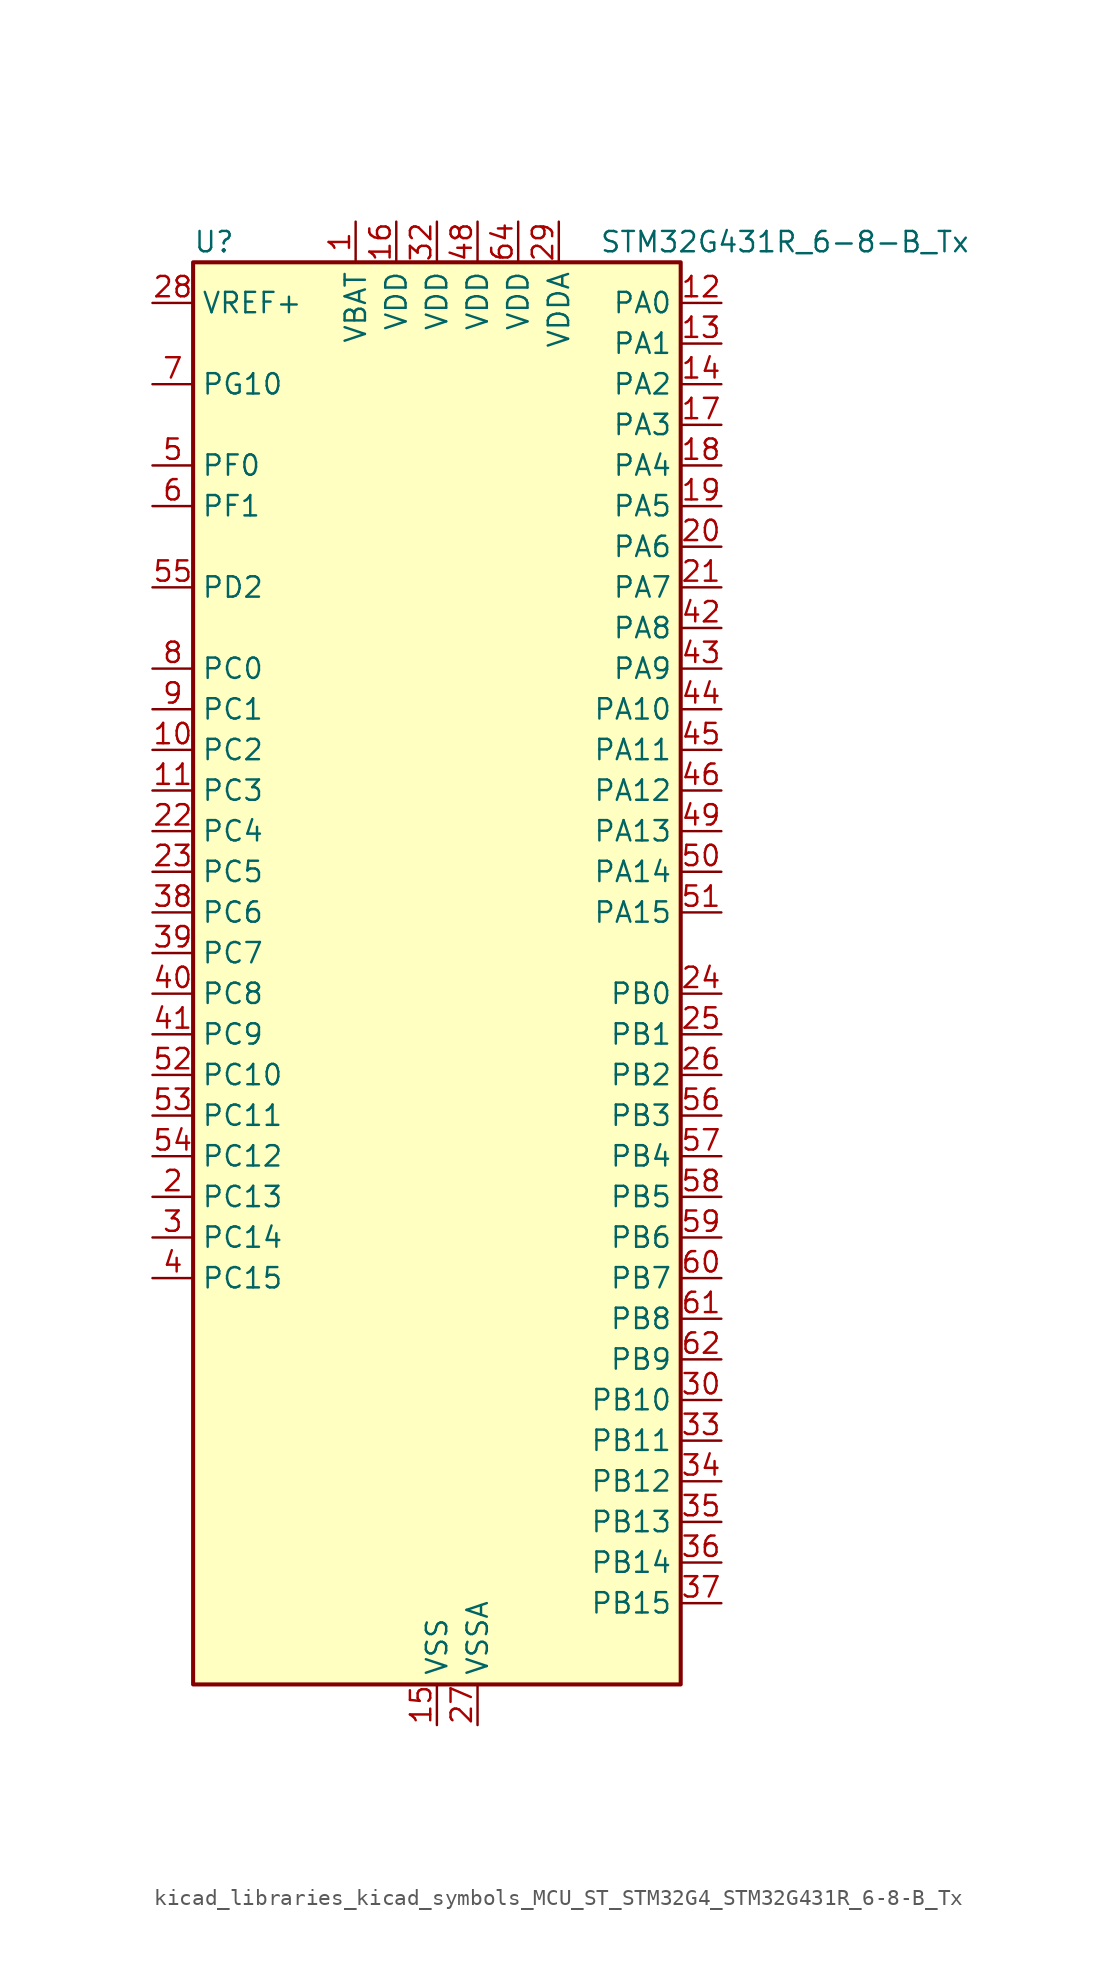
<source format=kicad_sym>
(kicad_symbol_lib
  (version 20220914)
  (generator kicad_symbol_editor)
  (symbol "kicad_libraries_kicad_symbols_MCU_ST_STM32G4_STM32G431R_6-8-B_Tx"
    (property "Reference" "U"
      (at -15.24 46.99 0)
      (effects (font (size 1.27 1.27)) (justify left)))
    (property "Value" "STM32G431R_6-8-B_Tx"
      (at 10.16 46.99 0)
      (effects (font (size 1.27 1.27)) (justify left)))
    (property "ki_locked" ""
      (at 0 0 0)
      (effects (font (size 1.27 1.27))))
    (symbol "kicad_libraries_kicad_symbols_MCU_ST_STM32G4_STM32G431R_6-8-B_Tx_0_1"
      (rectangle (start -15.24 -43.18) (end 15.24 45.72) (stroke (width 0.254) (type default)) (fill (type background))))
    (symbol "kicad_libraries_kicad_symbols_MCU_ST_STM32G4_STM32G431R_6-8-B_Tx_1_1"
      (pin power_in line (at -5.08 48.26 270) (length 2.54) (name "VBAT" (effects (font (size 1.27 1.27)))) (number "1" (effects (font (size 1.27 1.27)))))
      (pin bidirectional line (at -17.78 15.24 0) (length 2.54) (name "PC2" (effects (font (size 1.27 1.27)))) (number "10" (effects (font (size 1.27 1.27)))) (alternate "ADC1_IN8" bidirectional line) (alternate "ADC2_IN8" bidirectional line) (alternate "COMP3_OUT" bidirectional line) (alternate "LPTIM1_IN2" bidirectional line) (alternate "TIM1_CH3" bidirectional line))
      (pin bidirectional line (at -17.78 12.7 0) (length 2.54) (name "PC3" (effects (font (size 1.27 1.27)))) (number "11" (effects (font (size 1.27 1.27)))) (alternate "ADC1_IN9" bidirectional line) (alternate "ADC2_IN9" bidirectional line) (alternate "LPTIM1_ETR" bidirectional line) (alternate "SAI1_D1" bidirectional line) (alternate "SAI1_SD_A" bidirectional line) (alternate "TIM1_BKIN2" bidirectional line) (alternate "TIM1_CH4" bidirectional line))
      (pin bidirectional line (at 17.78 43.18 180) (length 2.54) (name "PA0" (effects (font (size 1.27 1.27)))) (number "12" (effects (font (size 1.27 1.27)))) (alternate "ADC1_IN1" bidirectional line) (alternate "ADC2_IN1" bidirectional line) (alternate "COMP1_INM" bidirectional line) (alternate "COMP1_OUT" bidirectional line) (alternate "COMP3_INP" bidirectional line) (alternate "RTC_TAMP2" bidirectional line) (alternate "SYS_WKUP1" bidirectional line) (alternate "TIM2_CH1" bidirectional line) (alternate "TIM2_ETR" bidirectional line) (alternate "TIM8_BKIN" bidirectional line) (alternate "TIM8_ETR" bidirectional line) (alternate "USART2_CTS" bidirectional line) (alternate "USART2_NSS" bidirectional line))
      (pin bidirectional line (at 17.78 40.64 180) (length 2.54) (name "PA1" (effects (font (size 1.27 1.27)))) (number "13" (effects (font (size 1.27 1.27)))) (alternate "ADC1_IN2" bidirectional line) (alternate "ADC2_IN2" bidirectional line) (alternate "COMP1_INP" bidirectional line) (alternate "OPAMP1_VINP" bidirectional line) (alternate "OPAMP1_VINP_SEC" bidirectional line) (alternate "OPAMP3_VINP" bidirectional line) (alternate "OPAMP3_VINP_SEC" bidirectional line) (alternate "RTC_REFIN" bidirectional line) (alternate "TIM15_CH1N" bidirectional line) (alternate "TIM2_CH2" bidirectional line) (alternate "USART2_DE" bidirectional line) (alternate "USART2_RTS" bidirectional line))
      (pin bidirectional line (at 17.78 38.1 180) (length 2.54) (name "PA2" (effects (font (size 1.27 1.27)))) (number "14" (effects (font (size 1.27 1.27)))) (alternate "ADC1_IN3" bidirectional line) (alternate "COMP2_INM" bidirectional line) (alternate "COMP2_OUT" bidirectional line) (alternate "LPUART1_TX" bidirectional line) (alternate "OPAMP1_VOUT" bidirectional line) (alternate "RCC_LSCO" bidirectional line) (alternate "SYS_WKUP4" bidirectional line) (alternate "TIM15_CH1" bidirectional line) (alternate "TIM2_CH3" bidirectional line) (alternate "UCPD1_FRSTX1" bidirectional line) (alternate "UCPD1_FRSTX2" bidirectional line) (alternate "USART2_TX" bidirectional line))
      (pin power_in line (at 0 -45.72 90) (length 2.54) (name "VSS" (effects (font (size 1.27 1.27)))) (number "15" (effects (font (size 1.27 1.27)))))
      (pin power_in line (at -2.54 48.26 270) (length 2.54) (name "VDD" (effects (font (size 1.27 1.27)))) (number "16" (effects (font (size 1.27 1.27)))))
      (pin bidirectional line (at 17.78 35.56 180) (length 2.54) (name "PA3" (effects (font (size 1.27 1.27)))) (number "17" (effects (font (size 1.27 1.27)))) (alternate "ADC1_IN4" bidirectional line) (alternate "COMP2_INP" bidirectional line) (alternate "LPUART1_RX" bidirectional line) (alternate "OPAMP1_VINM" bidirectional line) (alternate "OPAMP1_VINM0" bidirectional line) (alternate "OPAMP1_VINM_SEC" bidirectional line) (alternate "OPAMP1_VINP" bidirectional line) (alternate "OPAMP1_VINP_SEC" bidirectional line) (alternate "SAI1_CK1" bidirectional line) (alternate "SAI1_MCLK_A" bidirectional line) (alternate "TIM15_CH2" bidirectional line) (alternate "TIM2_CH4" bidirectional line) (alternate "USART2_RX" bidirectional line))
      (pin bidirectional line (at 17.78 33.02 180) (length 2.54) (name "PA4" (effects (font (size 1.27 1.27)))) (number "18" (effects (font (size 1.27 1.27)))) (alternate "ADC2_IN17" bidirectional line) (alternate "COMP1_INM" bidirectional line) (alternate "DAC1_OUT1" bidirectional line) (alternate "I2S3_WS" bidirectional line) (alternate "SAI1_FS_B" bidirectional line) (alternate "SPI1_NSS" bidirectional line) (alternate "SPI3_NSS" bidirectional line) (alternate "TIM3_CH2" bidirectional line) (alternate "USART2_CK" bidirectional line))
      (pin bidirectional line (at 17.78 30.48 180) (length 2.54) (name "PA5" (effects (font (size 1.27 1.27)))) (number "19" (effects (font (size 1.27 1.27)))) (alternate "ADC2_IN13" bidirectional line) (alternate "COMP2_INM" bidirectional line) (alternate "DAC1_OUT2" bidirectional line) (alternate "OPAMP2_VINM" bidirectional line) (alternate "OPAMP2_VINM0" bidirectional line) (alternate "OPAMP2_VINM_SEC" bidirectional line) (alternate "SPI1_SCK" bidirectional line) (alternate "TIM2_CH1" bidirectional line) (alternate "TIM2_ETR" bidirectional line) (alternate "UCPD1_FRSTX1" bidirectional line) (alternate "UCPD1_FRSTX2" bidirectional line))
      (pin bidirectional line (at -17.78 -12.7 0) (length 2.54) (name "PC13" (effects (font (size 1.27 1.27)))) (number "2" (effects (font (size 1.27 1.27)))) (alternate "RTC_OUT1" bidirectional line) (alternate "RTC_TAMP1" bidirectional line) (alternate "RTC_TS" bidirectional line) (alternate "SYS_WKUP2" bidirectional line) (alternate "TIM1_BKIN" bidirectional line) (alternate "TIM1_CH1N" bidirectional line) (alternate "TIM8_CH4N" bidirectional line))
      (pin bidirectional line (at 17.78 27.94 180) (length 2.54) (name "PA6" (effects (font (size 1.27 1.27)))) (number "20" (effects (font (size 1.27 1.27)))) (alternate "ADC2_IN3" bidirectional line) (alternate "COMP1_OUT" bidirectional line) (alternate "LPUART1_CTS" bidirectional line) (alternate "OPAMP2_VOUT" bidirectional line) (alternate "SPI1_MISO" bidirectional line) (alternate "TIM16_CH1" bidirectional line) (alternate "TIM1_BKIN" bidirectional line) (alternate "TIM3_CH1" bidirectional line) (alternate "TIM8_BKIN" bidirectional line))
      (pin bidirectional line (at 17.78 25.4 180) (length 2.54) (name "PA7" (effects (font (size 1.27 1.27)))) (number "21" (effects (font (size 1.27 1.27)))) (alternate "ADC2_IN4" bidirectional line) (alternate "COMP2_INP" bidirectional line) (alternate "COMP2_OUT" bidirectional line) (alternate "OPAMP1_VINP" bidirectional line) (alternate "OPAMP1_VINP_SEC" bidirectional line) (alternate "OPAMP2_VINP" bidirectional line) (alternate "OPAMP2_VINP_SEC" bidirectional line) (alternate "SPI1_MOSI" bidirectional line) (alternate "TIM17_CH1" bidirectional line) (alternate "TIM1_CH1N" bidirectional line) (alternate "TIM3_CH2" bidirectional line) (alternate "TIM8_CH1N" bidirectional line) (alternate "UCPD1_FRSTX1" bidirectional line) (alternate "UCPD1_FRSTX2" bidirectional line))
      (pin bidirectional line (at -17.78 10.16 0) (length 2.54) (name "PC4" (effects (font (size 1.27 1.27)))) (number "22" (effects (font (size 1.27 1.27)))) (alternate "ADC2_IN5" bidirectional line) (alternate "I2C2_SCL" bidirectional line) (alternate "TIM1_ETR" bidirectional line) (alternate "USART1_TX" bidirectional line))
      (pin bidirectional line (at -17.78 7.62 0) (length 2.54) (name "PC5" (effects (font (size 1.27 1.27)))) (number "23" (effects (font (size 1.27 1.27)))) (alternate "ADC2_IN11" bidirectional line) (alternate "OPAMP1_VINM" bidirectional line) (alternate "OPAMP1_VINM1" bidirectional line) (alternate "OPAMP1_VINM_SEC" bidirectional line) (alternate "OPAMP2_VINM" bidirectional line) (alternate "OPAMP2_VINM1" bidirectional line) (alternate "OPAMP2_VINM_SEC" bidirectional line) (alternate "SAI1_D3" bidirectional line) (alternate "SYS_WKUP5" bidirectional line) (alternate "TIM15_BKIN" bidirectional line) (alternate "TIM1_CH4N" bidirectional line) (alternate "USART1_RX" bidirectional line))
      (pin bidirectional line (at 17.78 0 180) (length 2.54) (name "PB0" (effects (font (size 1.27 1.27)))) (number "24" (effects (font (size 1.27 1.27)))) (alternate "ADC1_IN15" bidirectional line) (alternate "COMP4_INP" bidirectional line) (alternate "OPAMP2_VINP" bidirectional line) (alternate "OPAMP2_VINP_SEC" bidirectional line) (alternate "OPAMP3_VINP" bidirectional line) (alternate "OPAMP3_VINP_SEC" bidirectional line) (alternate "TIM1_CH2N" bidirectional line) (alternate "TIM3_CH3" bidirectional line) (alternate "TIM8_CH2N" bidirectional line) (alternate "UCPD1_FRSTX1" bidirectional line) (alternate "UCPD1_FRSTX2" bidirectional line))
      (pin bidirectional line (at 17.78 -2.54 180) (length 2.54) (name "PB1" (effects (font (size 1.27 1.27)))) (number "25" (effects (font (size 1.27 1.27)))) (alternate "ADC1_IN12" bidirectional line) (alternate "COMP1_INP" bidirectional line) (alternate "COMP4_OUT" bidirectional line) (alternate "LPUART1_DE" bidirectional line) (alternate "LPUART1_RTS" bidirectional line) (alternate "OPAMP3_VOUT" bidirectional line) (alternate "TIM1_CH3N" bidirectional line) (alternate "TIM3_CH4" bidirectional line) (alternate "TIM8_CH3N" bidirectional line))
      (pin bidirectional line (at 17.78 -5.08 180) (length 2.54) (name "PB2" (effects (font (size 1.27 1.27)))) (number "26" (effects (font (size 1.27 1.27)))) (alternate "ADC2_IN12" bidirectional line) (alternate "COMP4_INM" bidirectional line) (alternate "I2C3_SMBA" bidirectional line) (alternate "LPTIM1_OUT" bidirectional line) (alternate "OPAMP3_VINM" bidirectional line) (alternate "OPAMP3_VINM0" bidirectional line) (alternate "OPAMP3_VINM_SEC" bidirectional line) (alternate "RTC_OUT2" bidirectional line))
      (pin power_in line (at 2.54 -45.72 90) (length 2.54) (name "VSSA" (effects (font (size 1.27 1.27)))) (number "27" (effects (font (size 1.27 1.27)))))
      (pin input line (at -17.78 43.18 0) (length 2.54) (name "VREF+" (effects (font (size 1.27 1.27)))) (number "28" (effects (font (size 1.27 1.27)))) (alternate "VREFBUF_OUT" bidirectional line))
      (pin power_in line (at 7.62 48.26 270) (length 2.54) (name "VDDA" (effects (font (size 1.27 1.27)))) (number "29" (effects (font (size 1.27 1.27)))))
      (pin bidirectional line (at -17.78 -15.24 0) (length 2.54) (name "PC14" (effects (font (size 1.27 1.27)))) (number "3" (effects (font (size 1.27 1.27)))) (alternate "RCC_OSC32_IN" bidirectional line))
      (pin bidirectional line (at 17.78 -25.4 180) (length 2.54) (name "PB10" (effects (font (size 1.27 1.27)))) (number "30" (effects (font (size 1.27 1.27)))) (alternate "DAC1_EXTI10" bidirectional line) (alternate "DAC3_EXTI10" bidirectional line) (alternate "LPUART1_RX" bidirectional line) (alternate "OPAMP3_VINM" bidirectional line) (alternate "OPAMP3_VINM1" bidirectional line) (alternate "OPAMP3_VINM_SEC" bidirectional line) (alternate "SAI1_SCK_A" bidirectional line) (alternate "TIM1_BKIN" bidirectional line) (alternate "TIM2_CH3" bidirectional line) (alternate "USART3_TX" bidirectional line))
      (pin passive line (at 0 -45.72 90) (length 2.54) hide (name "VSS" (effects (font (size 1.27 1.27)))) (number "31" (effects (font (size 1.27 1.27)))))
      (pin power_in line (at 0 48.26 270) (length 2.54) (name "VDD" (effects (font (size 1.27 1.27)))) (number "32" (effects (font (size 1.27 1.27)))))
      (pin bidirectional line (at 17.78 -27.94 180) (length 2.54) (name "PB11" (effects (font (size 1.27 1.27)))) (number "33" (effects (font (size 1.27 1.27)))) (alternate "ADC1_EXTI11" bidirectional line) (alternate "ADC1_IN14" bidirectional line) (alternate "ADC2_EXTI11" bidirectional line) (alternate "ADC2_IN14" bidirectional line) (alternate "LPUART1_TX" bidirectional line) (alternate "TIM2_CH4" bidirectional line) (alternate "USART3_RX" bidirectional line))
      (pin bidirectional line (at 17.78 -30.48 180) (length 2.54) (name "PB12" (effects (font (size 1.27 1.27)))) (number "34" (effects (font (size 1.27 1.27)))) (alternate "ADC1_IN11" bidirectional line) (alternate "I2C2_SMBA" bidirectional line) (alternate "I2S2_WS" bidirectional line) (alternate "LPUART1_DE" bidirectional line) (alternate "LPUART1_RTS" bidirectional line) (alternate "SPI2_NSS" bidirectional line) (alternate "TIM1_BKIN" bidirectional line) (alternate "USART3_CK" bidirectional line))
      (pin bidirectional line (at 17.78 -33.02 180) (length 2.54) (name "PB13" (effects (font (size 1.27 1.27)))) (number "35" (effects (font (size 1.27 1.27)))) (alternate "I2S2_CK" bidirectional line) (alternate "LPUART1_CTS" bidirectional line) (alternate "OPAMP3_VINP" bidirectional line) (alternate "OPAMP3_VINP_SEC" bidirectional line) (alternate "SPI2_SCK" bidirectional line) (alternate "TIM1_CH1N" bidirectional line) (alternate "USART3_CTS" bidirectional line) (alternate "USART3_NSS" bidirectional line))
      (pin bidirectional line (at 17.78 -35.56 180) (length 2.54) (name "PB14" (effects (font (size 1.27 1.27)))) (number "36" (effects (font (size 1.27 1.27)))) (alternate "ADC1_IN5" bidirectional line) (alternate "COMP4_OUT" bidirectional line) (alternate "OPAMP2_VINP" bidirectional line) (alternate "OPAMP2_VINP_SEC" bidirectional line) (alternate "SPI2_MISO" bidirectional line) (alternate "TIM15_CH1" bidirectional line) (alternate "TIM1_CH2N" bidirectional line) (alternate "USART3_DE" bidirectional line) (alternate "USART3_RTS" bidirectional line))
      (pin bidirectional line (at 17.78 -38.1 180) (length 2.54) (name "PB15" (effects (font (size 1.27 1.27)))) (number "37" (effects (font (size 1.27 1.27)))) (alternate "ADC1_EXTI15" bidirectional line) (alternate "ADC2_EXTI15" bidirectional line) (alternate "ADC2_IN15" bidirectional line) (alternate "COMP3_OUT" bidirectional line) (alternate "I2S2_SD" bidirectional line) (alternate "RTC_REFIN" bidirectional line) (alternate "SPI2_MOSI" bidirectional line) (alternate "TIM15_CH1N" bidirectional line) (alternate "TIM15_CH2" bidirectional line) (alternate "TIM1_CH3N" bidirectional line))
      (pin bidirectional line (at -17.78 5.08 0) (length 2.54) (name "PC6" (effects (font (size 1.27 1.27)))) (number "38" (effects (font (size 1.27 1.27)))) (alternate "I2S2_MCK" bidirectional line) (alternate "TIM3_CH1" bidirectional line) (alternate "TIM8_CH1" bidirectional line))
      (pin bidirectional line (at -17.78 2.54 0) (length 2.54) (name "PC7" (effects (font (size 1.27 1.27)))) (number "39" (effects (font (size 1.27 1.27)))) (alternate "I2S3_MCK" bidirectional line) (alternate "TIM3_CH2" bidirectional line) (alternate "TIM8_CH2" bidirectional line))
      (pin bidirectional line (at -17.78 -17.78 0) (length 2.54) (name "PC15" (effects (font (size 1.27 1.27)))) (number "4" (effects (font (size 1.27 1.27)))) (alternate "ADC1_EXTI15" bidirectional line) (alternate "ADC2_EXTI15" bidirectional line) (alternate "RCC_OSC32_OUT" bidirectional line))
      (pin bidirectional line (at -17.78 0 0) (length 2.54) (name "PC8" (effects (font (size 1.27 1.27)))) (number "40" (effects (font (size 1.27 1.27)))) (alternate "I2C3_SCL" bidirectional line) (alternate "TIM3_CH3" bidirectional line) (alternate "TIM8_CH3" bidirectional line))
      (pin bidirectional line (at -17.78 -2.54 0) (length 2.54) (name "PC9" (effects (font (size 1.27 1.27)))) (number "41" (effects (font (size 1.27 1.27)))) (alternate "DAC1_EXTI9" bidirectional line) (alternate "DAC3_EXTI9" bidirectional line) (alternate "I2C3_SDA" bidirectional line) (alternate "I2S_CKIN" bidirectional line) (alternate "TIM3_CH4" bidirectional line) (alternate "TIM8_BKIN2" bidirectional line) (alternate "TIM8_CH4" bidirectional line))
      (pin bidirectional line (at 17.78 22.86 180) (length 2.54) (name "PA8" (effects (font (size 1.27 1.27)))) (number "42" (effects (font (size 1.27 1.27)))) (alternate "I2C2_SDA" bidirectional line) (alternate "I2C3_SCL" bidirectional line) (alternate "I2S2_MCK" bidirectional line) (alternate "RCC_MCO" bidirectional line) (alternate "SAI1_CK2" bidirectional line) (alternate "SAI1_SCK_A" bidirectional line) (alternate "TIM1_CH1" bidirectional line) (alternate "TIM4_ETR" bidirectional line) (alternate "USART1_CK" bidirectional line))
      (pin bidirectional line (at 17.78 20.32 180) (length 2.54) (name "PA9" (effects (font (size 1.27 1.27)))) (number "43" (effects (font (size 1.27 1.27)))) (alternate "DAC1_EXTI9" bidirectional line) (alternate "DAC3_EXTI9" bidirectional line) (alternate "I2C2_SCL" bidirectional line) (alternate "I2C3_SMBA" bidirectional line) (alternate "I2S3_MCK" bidirectional line) (alternate "SAI1_FS_A" bidirectional line) (alternate "TIM15_BKIN" bidirectional line) (alternate "TIM1_CH2" bidirectional line) (alternate "TIM2_CH3" bidirectional line) (alternate "UCPD1_DBCC1" bidirectional line) (alternate "USART1_TX" bidirectional line))
      (pin bidirectional line (at 17.78 17.78 180) (length 2.54) (name "PA10" (effects (font (size 1.27 1.27)))) (number "44" (effects (font (size 1.27 1.27)))) (alternate "CRS_SYNC" bidirectional line) (alternate "DAC1_EXTI10" bidirectional line) (alternate "DAC3_EXTI10" bidirectional line) (alternate "I2C2_SMBA" bidirectional line) (alternate "SAI1_D1" bidirectional line) (alternate "SAI1_SD_A" bidirectional line) (alternate "SPI2_MISO" bidirectional line) (alternate "TIM17_BKIN" bidirectional line) (alternate "TIM1_CH3" bidirectional line) (alternate "TIM2_CH4" bidirectional line) (alternate "TIM8_BKIN" bidirectional line) (alternate "UCPD1_DBCC2" bidirectional line) (alternate "USART1_RX" bidirectional line))
      (pin bidirectional line (at 17.78 15.24 180) (length 2.54) (name "PA11" (effects (font (size 1.27 1.27)))) (number "45" (effects (font (size 1.27 1.27)))) (alternate "ADC1_EXTI11" bidirectional line) (alternate "ADC2_EXTI11" bidirectional line) (alternate "COMP1_OUT" bidirectional line) (alternate "FDCAN1_RX" bidirectional line) (alternate "I2S2_SD" bidirectional line) (alternate "SPI2_MOSI" bidirectional line) (alternate "TIM1_BKIN2" bidirectional line) (alternate "TIM1_CH1N" bidirectional line) (alternate "TIM1_CH4" bidirectional line) (alternate "TIM4_CH1" bidirectional line) (alternate "USART1_CTS" bidirectional line) (alternate "USART1_NSS" bidirectional line) (alternate "USB_DM" bidirectional line))
      (pin bidirectional line (at 17.78 12.7 180) (length 2.54) (name "PA12" (effects (font (size 1.27 1.27)))) (number "46" (effects (font (size 1.27 1.27)))) (alternate "COMP2_OUT" bidirectional line) (alternate "FDCAN1_TX" bidirectional line) (alternate "I2S_CKIN" bidirectional line) (alternate "TIM16_CH1" bidirectional line) (alternate "TIM1_CH2N" bidirectional line) (alternate "TIM1_ETR" bidirectional line) (alternate "TIM4_CH2" bidirectional line) (alternate "USART1_DE" bidirectional line) (alternate "USART1_RTS" bidirectional line) (alternate "USB_DP" bidirectional line))
      (pin passive line (at 0 -45.72 90) (length 2.54) hide (name "VSS" (effects (font (size 1.27 1.27)))) (number "47" (effects (font (size 1.27 1.27)))))
      (pin power_in line (at 2.54 48.26 270) (length 2.54) (name "VDD" (effects (font (size 1.27 1.27)))) (number "48" (effects (font (size 1.27 1.27)))))
      (pin bidirectional line (at 17.78 10.16 180) (length 2.54) (name "PA13" (effects (font (size 1.27 1.27)))) (number "49" (effects (font (size 1.27 1.27)))) (alternate "I2C1_SCL" bidirectional line) (alternate "IR_OUT" bidirectional line) (alternate "SAI1_SD_B" bidirectional line) (alternate "SYS_JTMS-SWDIO" bidirectional line) (alternate "TIM16_CH1N" bidirectional line) (alternate "TIM4_CH3" bidirectional line) (alternate "USART3_CTS" bidirectional line) (alternate "USART3_NSS" bidirectional line))
      (pin bidirectional line (at -17.78 33.02 0) (length 2.54) (name "PF0" (effects (font (size 1.27 1.27)))) (number "5" (effects (font (size 1.27 1.27)))) (alternate "ADC1_IN10" bidirectional line) (alternate "I2C2_SDA" bidirectional line) (alternate "I2S2_WS" bidirectional line) (alternate "RCC_OSC_IN" bidirectional line) (alternate "SPI2_NSS" bidirectional line) (alternate "TIM1_CH3N" bidirectional line))
      (pin bidirectional line (at 17.78 7.62 180) (length 2.54) (name "PA14" (effects (font (size 1.27 1.27)))) (number "50" (effects (font (size 1.27 1.27)))) (alternate "I2C1_SDA" bidirectional line) (alternate "LPTIM1_OUT" bidirectional line) (alternate "SAI1_FS_B" bidirectional line) (alternate "SYS_JTCK-SWCLK" bidirectional line) (alternate "TIM1_BKIN" bidirectional line) (alternate "TIM8_CH2" bidirectional line) (alternate "USART2_TX" bidirectional line))
      (pin bidirectional line (at 17.78 5.08 180) (length 2.54) (name "PA15" (effects (font (size 1.27 1.27)))) (number "51" (effects (font (size 1.27 1.27)))) (alternate "ADC1_EXTI15" bidirectional line) (alternate "ADC2_EXTI15" bidirectional line) (alternate "I2C1_SCL" bidirectional line) (alternate "I2S3_WS" bidirectional line) (alternate "SPI1_NSS" bidirectional line) (alternate "SPI3_NSS" bidirectional line) (alternate "SYS_JTDI" bidirectional line) (alternate "TIM1_BKIN" bidirectional line) (alternate "TIM2_CH1" bidirectional line) (alternate "TIM2_ETR" bidirectional line) (alternate "TIM8_CH1" bidirectional line) (alternate "UART4_DE" bidirectional line) (alternate "UART4_RTS" bidirectional line) (alternate "USART2_RX" bidirectional line))
      (pin bidirectional line (at -17.78 -5.08 0) (length 2.54) (name "PC10" (effects (font (size 1.27 1.27)))) (number "52" (effects (font (size 1.27 1.27)))) (alternate "DAC1_EXTI10" bidirectional line) (alternate "DAC3_EXTI10" bidirectional line) (alternate "I2S3_CK" bidirectional line) (alternate "SPI3_SCK" bidirectional line) (alternate "TIM8_CH1N" bidirectional line) (alternate "UART4_TX" bidirectional line) (alternate "USART3_TX" bidirectional line))
      (pin bidirectional line (at -17.78 -7.62 0) (length 2.54) (name "PC11" (effects (font (size 1.27 1.27)))) (number "53" (effects (font (size 1.27 1.27)))) (alternate "ADC1_EXTI11" bidirectional line) (alternate "ADC2_EXTI11" bidirectional line) (alternate "I2C3_SDA" bidirectional line) (alternate "SPI3_MISO" bidirectional line) (alternate "TIM8_CH2N" bidirectional line) (alternate "UART4_RX" bidirectional line) (alternate "USART3_RX" bidirectional line))
      (pin bidirectional line (at -17.78 -10.16 0) (length 2.54) (name "PC12" (effects (font (size 1.27 1.27)))) (number "54" (effects (font (size 1.27 1.27)))) (alternate "I2S3_SD" bidirectional line) (alternate "SPI3_MOSI" bidirectional line) (alternate "TIM8_CH3N" bidirectional line) (alternate "UCPD1_FRSTX1" bidirectional line) (alternate "UCPD1_FRSTX2" bidirectional line) (alternate "USART3_CK" bidirectional line))
      (pin bidirectional line (at -17.78 25.4 0) (length 2.54) (name "PD2" (effects (font (size 1.27 1.27)))) (number "55" (effects (font (size 1.27 1.27)))) (alternate "TIM3_ETR" bidirectional line) (alternate "TIM8_BKIN" bidirectional line))
      (pin bidirectional line (at 17.78 -7.62 180) (length 2.54) (name "PB3" (effects (font (size 1.27 1.27)))) (number "56" (effects (font (size 1.27 1.27)))) (alternate "CRS_SYNC" bidirectional line) (alternate "I2S3_CK" bidirectional line) (alternate "SAI1_SCK_B" bidirectional line) (alternate "SPI1_SCK" bidirectional line) (alternate "SPI3_SCK" bidirectional line) (alternate "SYS_JTDO-SWO" bidirectional line) (alternate "TIM2_CH2" bidirectional line) (alternate "TIM3_ETR" bidirectional line) (alternate "TIM4_ETR" bidirectional line) (alternate "TIM8_CH1N" bidirectional line) (alternate "USART2_TX" bidirectional line))
      (pin bidirectional line (at 17.78 -10.16 180) (length 2.54) (name "PB4" (effects (font (size 1.27 1.27)))) (number "57" (effects (font (size 1.27 1.27)))) (alternate "SAI1_MCLK_B" bidirectional line) (alternate "SPI1_MISO" bidirectional line) (alternate "SPI3_MISO" bidirectional line) (alternate "SYS_JTRST" bidirectional line) (alternate "TIM16_CH1" bidirectional line) (alternate "TIM17_BKIN" bidirectional line) (alternate "TIM3_CH1" bidirectional line) (alternate "TIM8_CH2N" bidirectional line) (alternate "UCPD1_CC2" bidirectional line) (alternate "USART2_RX" bidirectional line))
      (pin bidirectional line (at 17.78 -12.7 180) (length 2.54) (name "PB5" (effects (font (size 1.27 1.27)))) (number "58" (effects (font (size 1.27 1.27)))) (alternate "I2C1_SMBA" bidirectional line) (alternate "I2C3_SDA" bidirectional line) (alternate "I2S3_SD" bidirectional line) (alternate "LPTIM1_IN1" bidirectional line) (alternate "SAI1_SD_B" bidirectional line) (alternate "SPI1_MOSI" bidirectional line) (alternate "SPI3_MOSI" bidirectional line) (alternate "TIM16_BKIN" bidirectional line) (alternate "TIM17_CH1" bidirectional line) (alternate "TIM3_CH2" bidirectional line) (alternate "TIM8_CH3N" bidirectional line) (alternate "USART2_CK" bidirectional line))
      (pin bidirectional line (at 17.78 -15.24 180) (length 2.54) (name "PB6" (effects (font (size 1.27 1.27)))) (number "59" (effects (font (size 1.27 1.27)))) (alternate "COMP4_OUT" bidirectional line) (alternate "LPTIM1_ETR" bidirectional line) (alternate "SAI1_FS_B" bidirectional line) (alternate "TIM16_CH1N" bidirectional line) (alternate "TIM4_CH1" bidirectional line) (alternate "TIM8_BKIN2" bidirectional line) (alternate "TIM8_CH1" bidirectional line) (alternate "TIM8_ETR" bidirectional line) (alternate "UCPD1_CC1" bidirectional line) (alternate "USART1_TX" bidirectional line))
      (pin bidirectional line (at -17.78 30.48 0) (length 2.54) (name "PF1" (effects (font (size 1.27 1.27)))) (number "6" (effects (font (size 1.27 1.27)))) (alternate "ADC2_IN10" bidirectional line) (alternate "COMP3_INM" bidirectional line) (alternate "I2S2_CK" bidirectional line) (alternate "RCC_OSC_OUT" bidirectional line) (alternate "SPI2_SCK" bidirectional line))
      (pin bidirectional line (at 17.78 -17.78 180) (length 2.54) (name "PB7" (effects (font (size 1.27 1.27)))) (number "60" (effects (font (size 1.27 1.27)))) (alternate "COMP3_OUT" bidirectional line) (alternate "I2C1_SDA" bidirectional line) (alternate "LPTIM1_IN2" bidirectional line) (alternate "SYS_PVD_IN" bidirectional line) (alternate "TIM17_CH1N" bidirectional line) (alternate "TIM3_CH4" bidirectional line) (alternate "TIM4_CH2" bidirectional line) (alternate "TIM8_BKIN" bidirectional line) (alternate "UART4_CTS" bidirectional line) (alternate "USART1_RX" bidirectional line))
      (pin bidirectional line (at 17.78 -20.32 180) (length 2.54) (name "PB8" (effects (font (size 1.27 1.27)))) (number "61" (effects (font (size 1.27 1.27)))) (alternate "COMP1_OUT" bidirectional line) (alternate "FDCAN1_RX" bidirectional line) (alternate "I2C1_SCL" bidirectional line) (alternate "SAI1_CK1" bidirectional line) (alternate "SAI1_MCLK_A" bidirectional line) (alternate "TIM16_CH1" bidirectional line) (alternate "TIM1_BKIN" bidirectional line) (alternate "TIM4_CH3" bidirectional line) (alternate "TIM8_CH2" bidirectional line) (alternate "USART3_RX" bidirectional line))
      (pin bidirectional line (at 17.78 -22.86 180) (length 2.54) (name "PB9" (effects (font (size 1.27 1.27)))) (number "62" (effects (font (size 1.27 1.27)))) (alternate "COMP2_OUT" bidirectional line) (alternate "DAC1_EXTI9" bidirectional line) (alternate "DAC3_EXTI9" bidirectional line) (alternate "FDCAN1_TX" bidirectional line) (alternate "I2C1_SDA" bidirectional line) (alternate "IR_OUT" bidirectional line) (alternate "SAI1_D2" bidirectional line) (alternate "SAI1_FS_A" bidirectional line) (alternate "TIM17_CH1" bidirectional line) (alternate "TIM1_CH3N" bidirectional line) (alternate "TIM4_CH4" bidirectional line) (alternate "TIM8_CH3" bidirectional line) (alternate "USART3_TX" bidirectional line))
      (pin passive line (at 0 -45.72 90) (length 2.54) hide (name "VSS" (effects (font (size 1.27 1.27)))) (number "63" (effects (font (size 1.27 1.27)))))
      (pin power_in line (at 5.08 48.26 270) (length 2.54) (name "VDD" (effects (font (size 1.27 1.27)))) (number "64" (effects (font (size 1.27 1.27)))))
      (pin bidirectional line (at -17.78 38.1 0) (length 2.54) (name "PG10" (effects (font (size 1.27 1.27)))) (number "7" (effects (font (size 1.27 1.27)))) (alternate "DAC1_EXTI10" bidirectional line) (alternate "DAC3_EXTI10" bidirectional line) (alternate "RCC_MCO" bidirectional line))
      (pin bidirectional line (at -17.78 20.32 0) (length 2.54) (name "PC0" (effects (font (size 1.27 1.27)))) (number "8" (effects (font (size 1.27 1.27)))) (alternate "ADC1_IN6" bidirectional line) (alternate "ADC2_IN6" bidirectional line) (alternate "COMP3_INM" bidirectional line) (alternate "LPTIM1_IN1" bidirectional line) (alternate "LPUART1_RX" bidirectional line) (alternate "TIM1_CH1" bidirectional line))
      (pin bidirectional line (at -17.78 17.78 0) (length 2.54) (name "PC1" (effects (font (size 1.27 1.27)))) (number "9" (effects (font (size 1.27 1.27)))) (alternate "ADC1_IN7" bidirectional line) (alternate "ADC2_IN7" bidirectional line) (alternate "COMP3_INP" bidirectional line) (alternate "LPTIM1_OUT" bidirectional line) (alternate "LPUART1_TX" bidirectional line) (alternate "SAI1_SD_A" bidirectional line) (alternate "TIM1_CH2" bidirectional line)))))
</source>
